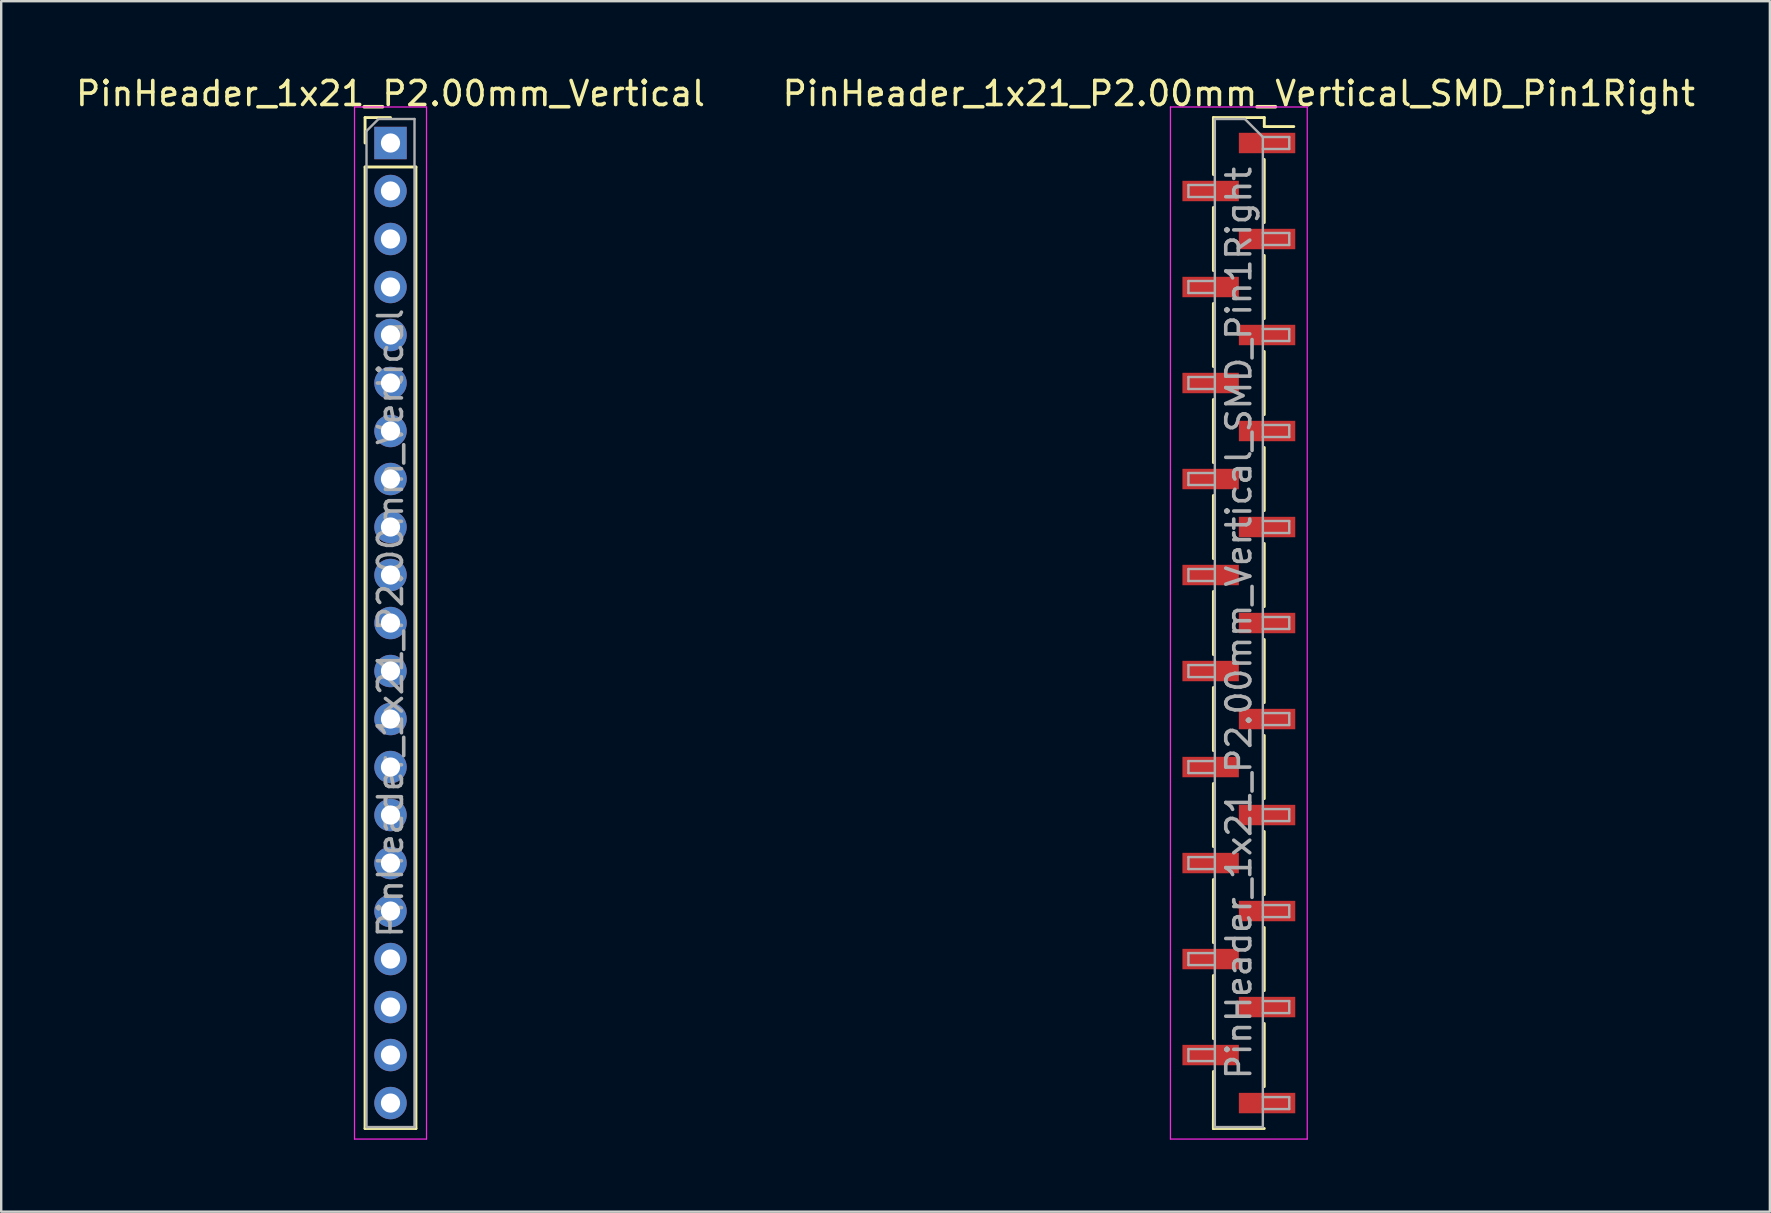
<source format=kicad_pcb>
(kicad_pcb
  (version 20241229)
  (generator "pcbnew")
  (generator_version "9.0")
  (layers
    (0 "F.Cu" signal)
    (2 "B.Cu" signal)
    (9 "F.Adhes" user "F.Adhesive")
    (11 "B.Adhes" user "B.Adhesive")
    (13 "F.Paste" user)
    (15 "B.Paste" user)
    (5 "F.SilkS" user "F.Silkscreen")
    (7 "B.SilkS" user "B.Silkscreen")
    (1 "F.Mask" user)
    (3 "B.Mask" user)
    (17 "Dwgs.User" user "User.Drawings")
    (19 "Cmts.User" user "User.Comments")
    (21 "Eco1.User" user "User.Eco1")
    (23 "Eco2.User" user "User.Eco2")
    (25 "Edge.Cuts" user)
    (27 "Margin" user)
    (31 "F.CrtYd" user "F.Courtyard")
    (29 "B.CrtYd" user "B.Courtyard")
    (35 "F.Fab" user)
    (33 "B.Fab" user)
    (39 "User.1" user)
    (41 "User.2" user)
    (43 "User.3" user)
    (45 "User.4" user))
  (footprint "PinHeader_1x21_P2.00mm_Vertical"
    (layer "F.Cu")
    (at 13.22 2.908)
    (property "Reference" "PinHeader_1x21_P2.00mm_Vertical" (at 0 -2.06 0) (layer "F.SilkS") (effects (font (size 1 1) (thickness 0.15))))
    (attr through_hole)
    (fp_line (start -1.06 -1.06) (end 0 -1.06) (stroke (width 0.12) (type solid)) (layer "F.SilkS"))
    (fp_line (start -1.06 0) (end -1.06 -1.06) (stroke (width 0.12) (type solid)) (layer "F.SilkS"))
    (fp_line (start -1.06 1) (end -1.06 41.06) (stroke (width 0.12) (type solid)) (layer "F.SilkS"))
    (fp_line (start -1.06 1) (end 1.06 1) (stroke (width 0.12) (type solid)) (layer "F.SilkS"))
    (fp_line (start -1.06 41.06) (end 1.06 41.06) (stroke (width 0.12) (type solid)) (layer "F.SilkS"))
    (fp_line (start 1.06 1) (end 1.06 41.06) (stroke (width 0.12) (type solid)) (layer "F.SilkS"))
    (fp_line (start -1.5 -1.5) (end -1.5 41.5) (stroke (width 0.05) (type solid)) (layer "F.CrtYd"))
    (fp_line (start -1.5 41.5) (end 1.5 41.5) (stroke (width 0.05) (type solid)) (layer "F.CrtYd"))
    (fp_line (start 1.5 -1.5) (end -1.5 -1.5) (stroke (width 0.05) (type solid)) (layer "F.CrtYd"))
    (fp_line (start 1.5 41.5) (end 1.5 -1.5) (stroke (width 0.05) (type solid)) (layer "F.CrtYd"))
    (fp_line (start -1 -0.5) (end -0.5 -1) (stroke (width 0.1) (type solid)) (layer "F.Fab"))
    (fp_line (start -1 41) (end -1 -0.5) (stroke (width 0.1) (type solid)) (layer "F.Fab"))
    (fp_line (start -0.5 -1) (end 1 -1) (stroke (width 0.1) (type solid)) (layer "F.Fab"))
    (fp_line (start 1 -1) (end 1 41) (stroke (width 0.1) (type solid)) (layer "F.Fab"))
    (fp_line (start 1 41) (end -1 41) (stroke (width 0.1) (type solid)) (layer "F.Fab"))
    (fp_text user "${REFERENCE}" (at 0 20 90) (layer "F.Fab") (effects (font (size 1 1) (thickness 0.15))))
    (pad "1" thru_hole rect (at 0 0) (size 1.35 1.35) (drill 0.8) (layers "*.Cu" "*.Mask"))
    (pad "2" thru_hole oval (at 0 2) (size 1.35 1.35) (drill 0.8) (layers "*.Cu" "*.Mask"))
    (pad "3" thru_hole oval (at 0 4) (size 1.35 1.35) (drill 0.8) (layers "*.Cu" "*.Mask"))
    (pad "4" thru_hole oval (at 0 6) (size 1.35 1.35) (drill 0.8) (layers "*.Cu" "*.Mask"))
    (pad "5" thru_hole oval (at 0 8) (size 1.35 1.35) (drill 0.8) (layers "*.Cu" "*.Mask"))
    (pad "6" thru_hole oval (at 0 10) (size 1.35 1.35) (drill 0.8) (layers "*.Cu" "*.Mask"))
    (pad "7" thru_hole oval (at 0 12) (size 1.35 1.35) (drill 0.8) (layers "*.Cu" "*.Mask"))
    (pad "8" thru_hole oval (at 0 14) (size 1.35 1.35) (drill 0.8) (layers "*.Cu" "*.Mask"))
    (pad "9" thru_hole oval (at 0 16) (size 1.35 1.35) (drill 0.8) (layers "*.Cu" "*.Mask"))
    (pad "10" thru_hole oval (at 0 18) (size 1.35 1.35) (drill 0.8) (layers "*.Cu" "*.Mask"))
    (pad "11" thru_hole oval (at 0 20) (size 1.35 1.35) (drill 0.8) (layers "*.Cu" "*.Mask"))
    (pad "12" thru_hole oval (at 0 22) (size 1.35 1.35) (drill 0.8) (layers "*.Cu" "*.Mask"))
    (pad "13" thru_hole oval (at 0 24) (size 1.35 1.35) (drill 0.8) (layers "*.Cu" "*.Mask"))
    (pad "14" thru_hole oval (at 0 26) (size 1.35 1.35) (drill 0.8) (layers "*.Cu" "*.Mask"))
    (pad "15" thru_hole oval (at 0 28) (size 1.35 1.35) (drill 0.8) (layers "*.Cu" "*.Mask"))
    (pad "16" thru_hole oval (at 0 30) (size 1.35 1.35) (drill 0.8) (layers "*.Cu" "*.Mask"))
    (pad "17" thru_hole oval (at 0 32) (size 1.35 1.35) (drill 0.8) (layers "*.Cu" "*.Mask"))
    (pad "18" thru_hole oval (at 0 34) (size 1.35 1.35) (drill 0.8) (layers "*.Cu" "*.Mask"))
    (pad "19" thru_hole oval (at 0 36) (size 1.35 1.35) (drill 0.8) (layers "*.Cu" "*.Mask"))
    (pad "20" thru_hole oval (at 0 38) (size 1.35 1.35) (drill 0.8) (layers "*.Cu" "*.Mask"))
    (pad "21" thru_hole oval (at 0 40) (size 1.35 1.35) (drill 0.8) (layers "*.Cu" "*.Mask")))
  (footprint "PinHeader_1x21_P2.00mm_Vertical_SMD_Pin1Right"
    (layer "F.Cu")
    (at 48.565 22.908)
    (property "Reference" "PinHeader_1x21_P2.00mm_Vertical_SMD_Pin1Right" (at 0 -22.06 0) (layer "F.SilkS") (effects (font (size 1 1) (thickness 0.15))))
    (attr smd)
    (fp_line (start -1.06 -21.06) (end -1.06 -18.685) (stroke (width 0.12) (type solid)) (layer "F.SilkS"))
    (fp_line (start -1.06 -21.06) (end 1.06 -21.06) (stroke (width 0.12) (type solid)) (layer "F.SilkS"))
    (fp_line (start -1.06 -17.315) (end -1.06 -14.685) (stroke (width 0.12) (type solid)) (layer "F.SilkS"))
    (fp_line (start -1.06 -13.315) (end -1.06 -10.685) (stroke (width 0.12) (type solid)) (layer "F.SilkS"))
    (fp_line (start -1.06 -9.315) (end -1.06 -6.685) (stroke (width 0.12) (type solid)) (layer "F.SilkS"))
    (fp_line (start -1.06 -5.315) (end -1.06 -2.685) (stroke (width 0.12) (type solid)) (layer "F.SilkS"))
    (fp_line (start -1.06 -1.315) (end -1.06 1.315) (stroke (width 0.12) (type solid)) (layer "F.SilkS"))
    (fp_line (start -1.06 2.685) (end -1.06 5.315) (stroke (width 0.12) (type solid)) (layer "F.SilkS"))
    (fp_line (start -1.06 6.685) (end -1.06 9.315) (stroke (width 0.12) (type solid)) (layer "F.SilkS"))
    (fp_line (start -1.06 10.685) (end -1.06 13.315) (stroke (width 0.12) (type solid)) (layer "F.SilkS"))
    (fp_line (start -1.06 14.685) (end -1.06 17.315) (stroke (width 0.12) (type solid)) (layer "F.SilkS"))
    (fp_line (start -1.06 18.685) (end -1.06 21.06) (stroke (width 0.12) (type solid)) (layer "F.SilkS"))
    (fp_line (start -1.06 20.685) (end -1.06 21.06) (stroke (width 0.12) (type solid)) (layer "F.SilkS"))
    (fp_line (start -1.06 21.06) (end 1.06 21.06) (stroke (width 0.12) (type solid)) (layer "F.SilkS"))
    (fp_line (start 1.06 -21.06) (end 1.06 -20.685) (stroke (width 0.12) (type solid)) (layer "F.SilkS"))
    (fp_line (start 1.06 -20.685) (end 2.29 -20.685) (stroke (width 0.12) (type solid)) (layer "F.SilkS"))
    (fp_line (start 1.06 -19.315) (end 1.06 -16.685) (stroke (width 0.12) (type solid)) (layer "F.SilkS"))
    (fp_line (start 1.06 -15.315) (end 1.06 -12.685) (stroke (width 0.12) (type solid)) (layer "F.SilkS"))
    (fp_line (start 1.06 -11.315) (end 1.06 -8.685) (stroke (width 0.12) (type solid)) (layer "F.SilkS"))
    (fp_line (start 1.06 -7.315) (end 1.06 -4.685) (stroke (width 0.12) (type solid)) (layer "F.SilkS"))
    (fp_line (start 1.06 -3.315) (end 1.06 -0.685) (stroke (width 0.12) (type solid)) (layer "F.SilkS"))
    (fp_line (start 1.06 0.685) (end 1.06 3.315) (stroke (width 0.12) (type solid)) (layer "F.SilkS"))
    (fp_line (start 1.06 4.685) (end 1.06 7.315) (stroke (width 0.12) (type solid)) (layer "F.SilkS"))
    (fp_line (start 1.06 8.685) (end 1.06 11.315) (stroke (width 0.12) (type solid)) (layer "F.SilkS"))
    (fp_line (start 1.06 12.685) (end 1.06 15.315) (stroke (width 0.12) (type solid)) (layer "F.SilkS"))
    (fp_line (start 1.06 16.685) (end 1.06 19.315) (stroke (width 0.12) (type solid)) (layer "F.SilkS"))
    (fp_line (start -2.85 -21.5) (end -2.85 21.5) (stroke (width 0.05) (type solid)) (layer "F.CrtYd"))
    (fp_line (start -2.85 21.5) (end 2.85 21.5) (stroke (width 0.05) (type solid)) (layer "F.CrtYd"))
    (fp_line (start 2.85 -21.5) (end -2.85 -21.5) (stroke (width 0.05) (type solid)) (layer "F.CrtYd"))
    (fp_line (start 2.85 21.5) (end 2.85 -21.5) (stroke (width 0.05) (type solid)) (layer "F.CrtYd"))
    (fp_line (start -2.1 -18.25) (end -2.1 -17.75) (stroke (width 0.1) (type solid)) (layer "F.Fab"))
    (fp_line (start -2.1 -17.75) (end -1 -17.75) (stroke (width 0.1) (type solid)) (layer "F.Fab"))
    (fp_line (start -2.1 -14.25) (end -2.1 -13.75) (stroke (width 0.1) (type solid)) (layer "F.Fab"))
    (fp_line (start -2.1 -13.75) (end -1 -13.75) (stroke (width 0.1) (type solid)) (layer "F.Fab"))
    (fp_line (start -2.1 -10.25) (end -2.1 -9.75) (stroke (width 0.1) (type solid)) (layer "F.Fab"))
    (fp_line (start -2.1 -9.75) (end -1 -9.75) (stroke (width 0.1) (type solid)) (layer "F.Fab"))
    (fp_line (start -2.1 -6.25) (end -2.1 -5.75) (stroke (width 0.1) (type solid)) (layer "F.Fab"))
    (fp_line (start -2.1 -5.75) (end -1 -5.75) (stroke (width 0.1) (type solid)) (layer "F.Fab"))
    (fp_line (start -2.1 -2.25) (end -2.1 -1.75) (stroke (width 0.1) (type solid)) (layer "F.Fab"))
    (fp_line (start -2.1 -1.75) (end -1 -1.75) (stroke (width 0.1) (type solid)) (layer "F.Fab"))
    (fp_line (start -2.1 1.75) (end -2.1 2.25) (stroke (width 0.1) (type solid)) (layer "F.Fab"))
    (fp_line (start -2.1 2.25) (end -1 2.25) (stroke (width 0.1) (type solid)) (layer "F.Fab"))
    (fp_line (start -2.1 5.75) (end -2.1 6.25) (stroke (width 0.1) (type solid)) (layer "F.Fab"))
    (fp_line (start -2.1 6.25) (end -1 6.25) (stroke (width 0.1) (type solid)) (layer "F.Fab"))
    (fp_line (start -2.1 9.75) (end -2.1 10.25) (stroke (width 0.1) (type solid)) (layer "F.Fab"))
    (fp_line (start -2.1 10.25) (end -1 10.25) (stroke (width 0.1) (type solid)) (layer "F.Fab"))
    (fp_line (start -2.1 13.75) (end -2.1 14.25) (stroke (width 0.1) (type solid)) (layer "F.Fab"))
    (fp_line (start -2.1 14.25) (end -1 14.25) (stroke (width 0.1) (type solid)) (layer "F.Fab"))
    (fp_line (start -2.1 17.75) (end -2.1 18.25) (stroke (width 0.1) (type solid)) (layer "F.Fab"))
    (fp_line (start -2.1 18.25) (end -1 18.25) (stroke (width 0.1) (type solid)) (layer "F.Fab"))
    (fp_line (start -1 -21) (end -1 21) (stroke (width 0.1) (type solid)) (layer "F.Fab"))
    (fp_line (start -1 -21) (end 0.25 -21) (stroke (width 0.1) (type solid)) (layer "F.Fab"))
    (fp_line (start -1 -18.25) (end -2.1 -18.25) (stroke (width 0.1) (type solid)) (layer "F.Fab"))
    (fp_line (start -1 -14.25) (end -2.1 -14.25) (stroke (width 0.1) (type solid)) (layer "F.Fab"))
    (fp_line (start -1 -10.25) (end -2.1 -10.25) (stroke (width 0.1) (type solid)) (layer "F.Fab"))
    (fp_line (start -1 -6.25) (end -2.1 -6.25) (stroke (width 0.1) (type solid)) (layer "F.Fab"))
    (fp_line (start -1 -2.25) (end -2.1 -2.25) (stroke (width 0.1) (type solid)) (layer "F.Fab"))
    (fp_line (start -1 1.75) (end -2.1 1.75) (stroke (width 0.1) (type solid)) (layer "F.Fab"))
    (fp_line (start -1 5.75) (end -2.1 5.75) (stroke (width 0.1) (type solid)) (layer "F.Fab"))
    (fp_line (start -1 9.75) (end -2.1 9.75) (stroke (width 0.1) (type solid)) (layer "F.Fab"))
    (fp_line (start -1 13.75) (end -2.1 13.75) (stroke (width 0.1) (type solid)) (layer "F.Fab"))
    (fp_line (start -1 17.75) (end -2.1 17.75) (stroke (width 0.1) (type solid)) (layer "F.Fab"))
    (fp_line (start 1 -20.25) (end 0.25 -21) (stroke (width 0.1) (type solid)) (layer "F.Fab"))
    (fp_line (start 1 -20.25) (end 2.1 -20.25) (stroke (width 0.1) (type solid)) (layer "F.Fab"))
    (fp_line (start 1 -16.25) (end 2.1 -16.25) (stroke (width 0.1) (type solid)) (layer "F.Fab"))
    (fp_line (start 1 -12.25) (end 2.1 -12.25) (stroke (width 0.1) (type solid)) (layer "F.Fab"))
    (fp_line (start 1 -8.25) (end 2.1 -8.25) (stroke (width 0.1) (type solid)) (layer "F.Fab"))
    (fp_line (start 1 -4.25) (end 2.1 -4.25) (stroke (width 0.1) (type solid)) (layer "F.Fab"))
    (fp_line (start 1 -0.25) (end 2.1 -0.25) (stroke (width 0.1) (type solid)) (layer "F.Fab"))
    (fp_line (start 1 3.75) (end 2.1 3.75) (stroke (width 0.1) (type solid)) (layer "F.Fab"))
    (fp_line (start 1 7.75) (end 2.1 7.75) (stroke (width 0.1) (type solid)) (layer "F.Fab"))
    (fp_line (start 1 11.75) (end 2.1 11.75) (stroke (width 0.1) (type solid)) (layer "F.Fab"))
    (fp_line (start 1 15.75) (end 2.1 15.75) (stroke (width 0.1) (type solid)) (layer "F.Fab"))
    (fp_line (start 1 19.75) (end 2.1 19.75) (stroke (width 0.1) (type solid)) (layer "F.Fab"))
    (fp_line (start 1 21) (end -1 21) (stroke (width 0.1) (type solid)) (layer "F.Fab"))
    (fp_line (start 1 21) (end 1 -20.25) (stroke (width 0.1) (type solid)) (layer "F.Fab"))
    (fp_line (start 2.1 -20.25) (end 2.1 -19.75) (stroke (width 0.1) (type solid)) (layer "F.Fab"))
    (fp_line (start 2.1 -19.75) (end 1 -19.75) (stroke (width 0.1) (type solid)) (layer "F.Fab"))
    (fp_line (start 2.1 -16.25) (end 2.1 -15.75) (stroke (width 0.1) (type solid)) (layer "F.Fab"))
    (fp_line (start 2.1 -15.75) (end 1 -15.75) (stroke (width 0.1) (type solid)) (layer "F.Fab"))
    (fp_line (start 2.1 -12.25) (end 2.1 -11.75) (stroke (width 0.1) (type solid)) (layer "F.Fab"))
    (fp_line (start 2.1 -11.75) (end 1 -11.75) (stroke (width 0.1) (type solid)) (layer "F.Fab"))
    (fp_line (start 2.1 -8.25) (end 2.1 -7.75) (stroke (width 0.1) (type solid)) (layer "F.Fab"))
    (fp_line (start 2.1 -7.75) (end 1 -7.75) (stroke (width 0.1) (type solid)) (layer "F.Fab"))
    (fp_line (start 2.1 -4.25) (end 2.1 -3.75) (stroke (width 0.1) (type solid)) (layer "F.Fab"))
    (fp_line (start 2.1 -3.75) (end 1 -3.75) (stroke (width 0.1) (type solid)) (layer "F.Fab"))
    (fp_line (start 2.1 -0.25) (end 2.1 0.25) (stroke (width 0.1) (type solid)) (layer "F.Fab"))
    (fp_line (start 2.1 0.25) (end 1 0.25) (stroke (width 0.1) (type solid)) (layer "F.Fab"))
    (fp_line (start 2.1 3.75) (end 2.1 4.25) (stroke (width 0.1) (type solid)) (layer "F.Fab"))
    (fp_line (start 2.1 4.25) (end 1 4.25) (stroke (width 0.1) (type solid)) (layer "F.Fab"))
    (fp_line (start 2.1 7.75) (end 2.1 8.25) (stroke (width 0.1) (type solid)) (layer "F.Fab"))
    (fp_line (start 2.1 8.25) (end 1 8.25) (stroke (width 0.1) (type solid)) (layer "F.Fab"))
    (fp_line (start 2.1 11.75) (end 2.1 12.25) (stroke (width 0.1) (type solid)) (layer "F.Fab"))
    (fp_line (start 2.1 12.25) (end 1 12.25) (stroke (width 0.1) (type solid)) (layer "F.Fab"))
    (fp_line (start 2.1 15.75) (end 2.1 16.25) (stroke (width 0.1) (type solid)) (layer "F.Fab"))
    (fp_line (start 2.1 16.25) (end 1 16.25) (stroke (width 0.1) (type solid)) (layer "F.Fab"))
    (fp_line (start 2.1 19.75) (end 2.1 20.25) (stroke (width 0.1) (type solid)) (layer "F.Fab"))
    (fp_line (start 2.1 20.25) (end 1 20.25) (stroke (width 0.1) (type solid)) (layer "F.Fab"))
    (fp_text user "${REFERENCE}" (at 0 0 90) (layer "F.Fab") (effects (font (size 1 1) (thickness 0.15))))
    (pad "1" smd rect (at 1.175 -20) (size 2.35 0.85) (layers "F.Cu" "F.Mask" "F.Paste"))
    (pad "2" smd rect (at -1.175 -18) (size 2.35 0.85) (layers "F.Cu" "F.Mask" "F.Paste"))
    (pad "3" smd rect (at 1.175 -16) (size 2.35 0.85) (layers "F.Cu" "F.Mask" "F.Paste"))
    (pad "4" smd rect (at -1.175 -14) (size 2.35 0.85) (layers "F.Cu" "F.Mask" "F.Paste"))
    (pad "5" smd rect (at 1.175 -12) (size 2.35 0.85) (layers "F.Cu" "F.Mask" "F.Paste"))
    (pad "6" smd rect (at -1.175 -10) (size 2.35 0.85) (layers "F.Cu" "F.Mask" "F.Paste"))
    (pad "7" smd rect (at 1.175 -8) (size 2.35 0.85) (layers "F.Cu" "F.Mask" "F.Paste"))
    (pad "8" smd rect (at -1.175 -6) (size 2.35 0.85) (layers "F.Cu" "F.Mask" "F.Paste"))
    (pad "9" smd rect (at 1.175 -4) (size 2.35 0.85) (layers "F.Cu" "F.Mask" "F.Paste"))
    (pad "10" smd rect (at -1.175 -2) (size 2.35 0.85) (layers "F.Cu" "F.Mask" "F.Paste"))
    (pad "11" smd rect (at 1.175 0) (size 2.35 0.85) (layers "F.Cu" "F.Mask" "F.Paste"))
    (pad "12" smd rect (at -1.175 2) (size 2.35 0.85) (layers "F.Cu" "F.Mask" "F.Paste"))
    (pad "13" smd rect (at 1.175 4) (size 2.35 0.85) (layers "F.Cu" "F.Mask" "F.Paste"))
    (pad "14" smd rect (at -1.175 6) (size 2.35 0.85) (layers "F.Cu" "F.Mask" "F.Paste"))
    (pad "15" smd rect (at 1.175 8) (size 2.35 0.85) (layers "F.Cu" "F.Mask" "F.Paste"))
    (pad "16" smd rect (at -1.175 10) (size 2.35 0.85) (layers "F.Cu" "F.Mask" "F.Paste"))
    (pad "17" smd rect (at 1.175 12) (size 2.35 0.85) (layers "F.Cu" "F.Mask" "F.Paste"))
    (pad "18" smd rect (at -1.175 14) (size 2.35 0.85) (layers "F.Cu" "F.Mask" "F.Paste"))
    (pad "19" smd rect (at 1.175 16) (size 2.35 0.85) (layers "F.Cu" "F.Mask" "F.Paste"))
    (pad "20" smd rect (at -1.175 18) (size 2.35 0.85) (layers "F.Cu" "F.Mask" "F.Paste"))
    (pad "21" smd rect (at 1.175 20) (size 2.35 0.85) (layers "F.Cu" "F.Mask" "F.Paste")))
  (gr_rect
    (start -3 -3)
    (end 70.69 47.433)
    (stroke (width 0.1) (type default))
    (fill no)
    (layer "Edge.Cuts")))
</source>
